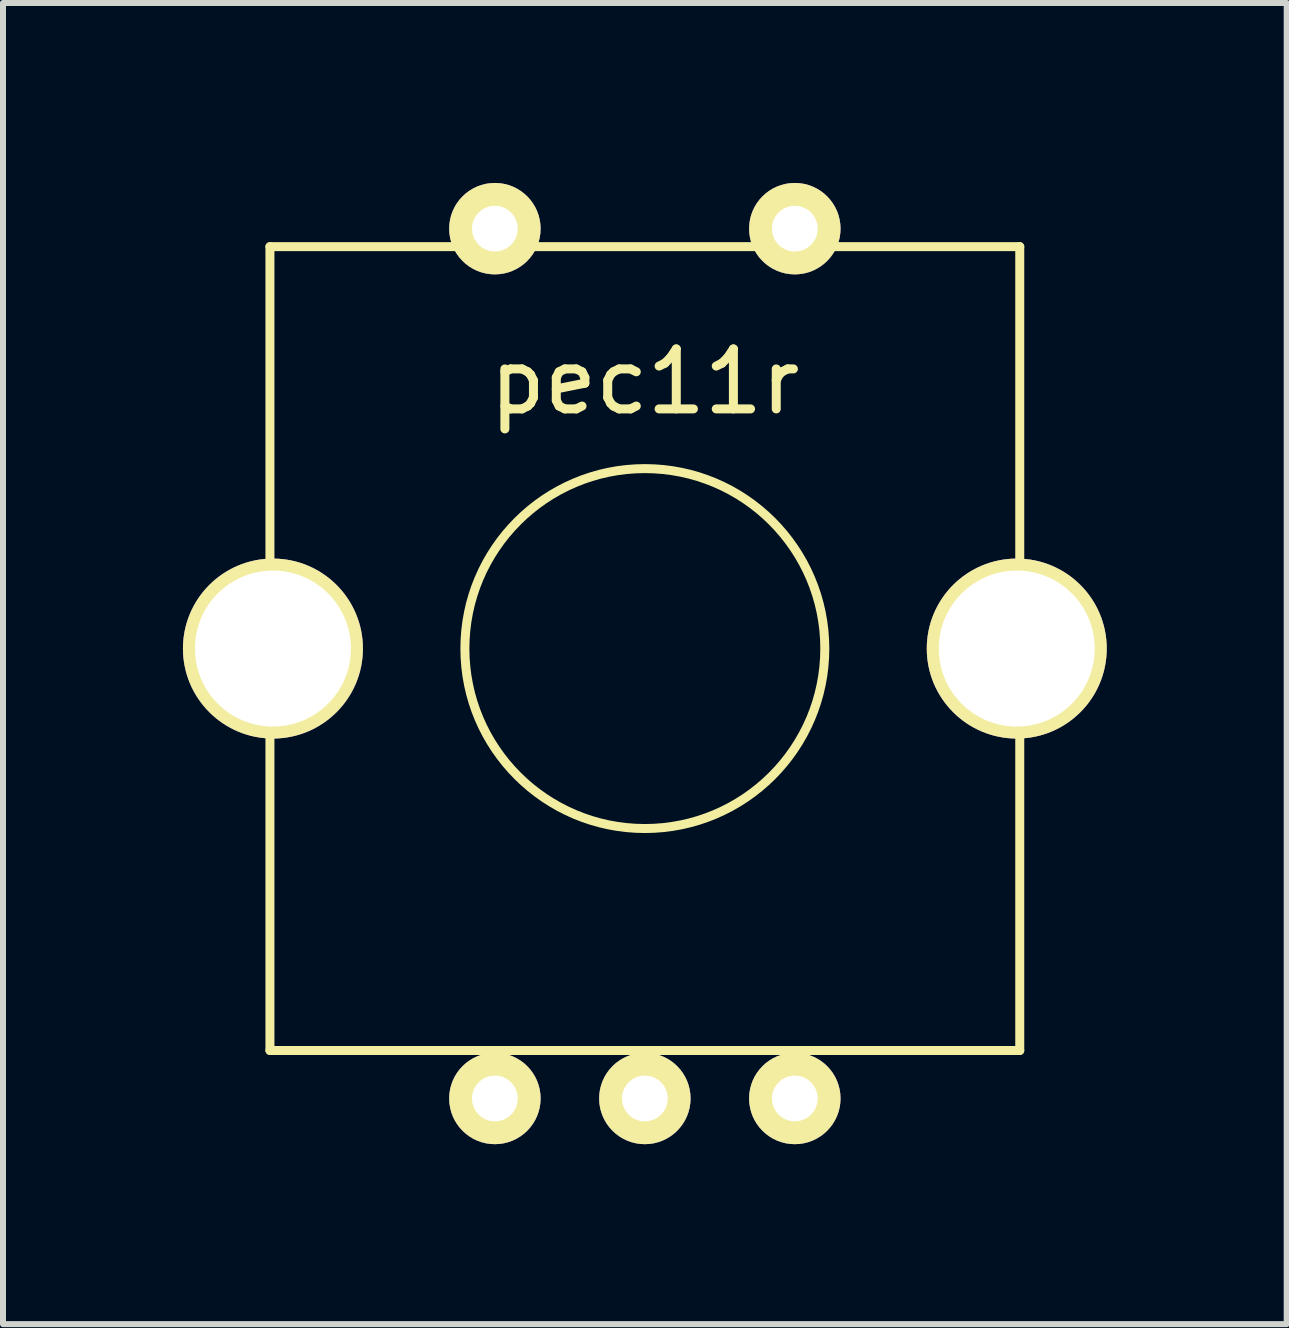
<source format=kicad_pcb>
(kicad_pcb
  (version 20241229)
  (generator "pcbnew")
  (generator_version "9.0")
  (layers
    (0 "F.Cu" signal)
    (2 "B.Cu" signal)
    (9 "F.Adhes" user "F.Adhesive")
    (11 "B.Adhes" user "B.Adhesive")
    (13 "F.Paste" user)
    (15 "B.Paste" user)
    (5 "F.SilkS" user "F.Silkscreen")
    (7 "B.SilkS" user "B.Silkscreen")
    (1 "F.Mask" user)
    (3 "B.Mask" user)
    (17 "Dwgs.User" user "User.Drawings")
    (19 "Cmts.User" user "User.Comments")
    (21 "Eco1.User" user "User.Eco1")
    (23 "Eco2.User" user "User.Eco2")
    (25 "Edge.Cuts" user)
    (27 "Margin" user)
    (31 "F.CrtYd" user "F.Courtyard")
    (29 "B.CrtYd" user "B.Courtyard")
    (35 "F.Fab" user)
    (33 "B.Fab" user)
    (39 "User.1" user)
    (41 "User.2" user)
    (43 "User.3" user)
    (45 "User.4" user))
  (footprint "pec11r"
    (layer "F.Cu")
    (at 7.7 7.762)
    (property "Reference" "pec11r" (at 0 -4.45 0) (layer "F.SilkS") (effects (font (size 1 1) (thickness 0.15))))
    (attr through_hole)
    (fp_line (start -6.25 -6.7) (end 6.25 -6.7) (stroke (width 0.15) (type solid)) (layer "F.SilkS"))
    (fp_line (start -6.25 6.7) (end -6.25 -6.7) (stroke (width 0.15) (type solid)) (layer "F.SilkS"))
    (fp_line (start 6.25 -6.7) (end 6.25 6.7) (stroke (width 0.15) (type solid)) (layer "F.SilkS"))
    (fp_line (start 6.25 6.7) (end -6.25 6.7) (stroke (width 0.15) (type solid)) (layer "F.SilkS"))
    (fp_circle (center 0 0) (end 3 0) (stroke (width 0.15) (type solid)) (fill no) (layer "F.SilkS"))
    (pad "" thru_hole circle (at -6.2 0) (size 3 3) (drill 2.6) (layers "*.Cu" "*.Mask" "F.SilkS"))
    (pad "" thru_hole circle (at 6.2 0) (size 3 3) (drill 2.6) (layers "*.Cu" "*.Mask" "F.SilkS"))
    (pad "1" thru_hole circle (at -2.5 -7) (size 1.524 1.524) (drill 0.762) (layers "*.Cu" "*.Mask" "F.SilkS"))
    (pad "2" thru_hole circle (at 2.5 -7) (size 1.524 1.524) (drill 0.762) (layers "*.Cu" "*.Mask" "F.SilkS"))
    (pad "A" thru_hole circle (at -2.5 7.5) (size 1.524 1.524) (drill 0.762) (layers "*.Cu" "*.Mask" "F.SilkS"))
    (pad "B" thru_hole circle (at 2.5 7.5) (size 1.524 1.524) (drill 0.762) (layers "*.Cu" "*.Mask" "F.SilkS"))
    (pad "C" thru_hole circle (at 0 7.5) (size 1.524 1.524) (drill 0.762) (layers "*.Cu" "*.Mask" "F.SilkS")))
  (gr_rect
    (start -3 -3)
    (end 18.4 19.024)
    (stroke (width 0.1) (type default))
    (fill no)
    (layer "Edge.Cuts")))
</source>
